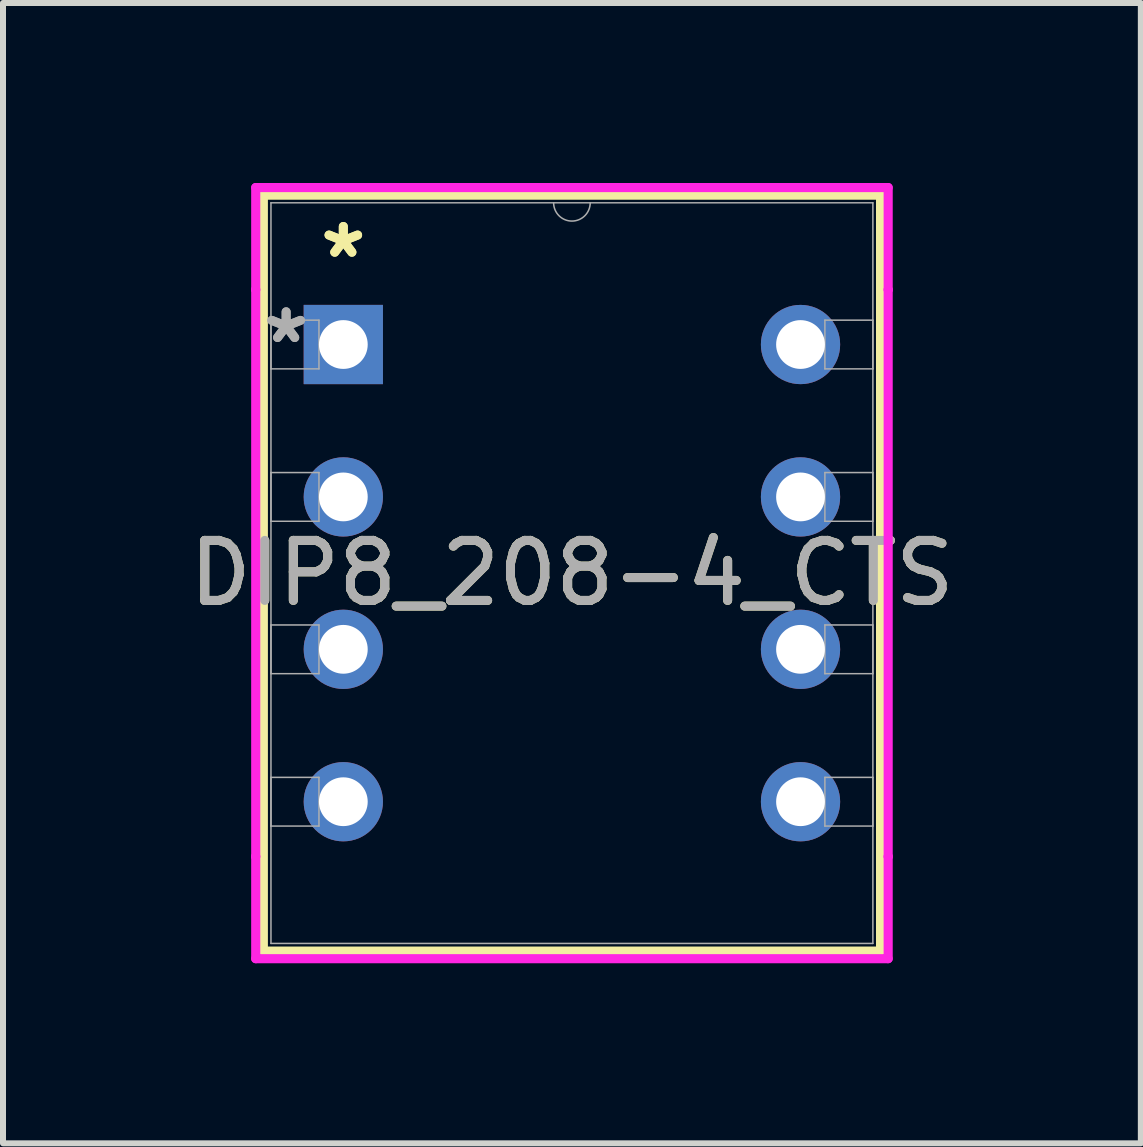
<source format=kicad_pcb>
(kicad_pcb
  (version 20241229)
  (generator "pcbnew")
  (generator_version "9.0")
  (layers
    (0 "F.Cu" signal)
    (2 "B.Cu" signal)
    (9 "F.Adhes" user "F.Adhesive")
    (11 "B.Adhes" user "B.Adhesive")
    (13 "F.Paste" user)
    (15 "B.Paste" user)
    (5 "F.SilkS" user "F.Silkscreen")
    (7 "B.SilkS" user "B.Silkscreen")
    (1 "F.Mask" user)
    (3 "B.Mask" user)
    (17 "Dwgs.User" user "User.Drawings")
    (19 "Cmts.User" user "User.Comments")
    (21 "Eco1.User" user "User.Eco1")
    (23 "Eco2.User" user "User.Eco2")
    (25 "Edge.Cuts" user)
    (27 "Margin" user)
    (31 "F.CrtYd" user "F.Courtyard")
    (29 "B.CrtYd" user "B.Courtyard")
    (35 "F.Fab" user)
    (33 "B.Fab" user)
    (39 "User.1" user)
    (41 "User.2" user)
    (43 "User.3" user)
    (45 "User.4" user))
  (footprint "DIP8_208-4_CTS"
    (layer "F.Cu")
    (at 2.672 2.692)
    (property "Reference" "DIP8_208-4_CTS" (at 3.81 3.81 0) (unlocked yes) (layer "F.SilkS") (effects (font (size 1 1) (thickness 0.15))))
    (attr through_hole)
    (fp_line (start -1.333 -2.489) (end -1.333 10.109) (stroke (width 0.152) (type solid)) (layer "F.SilkS"))
    (fp_line (start -1.333 10.109) (end 8.954 10.109) (stroke (width 0.152) (type solid)) (layer "F.SilkS"))
    (fp_line (start 8.954 -2.489) (end -1.333 -2.489) (stroke (width 0.152) (type solid)) (layer "F.SilkS"))
    (fp_line (start 8.954 10.109) (end 8.954 -2.489) (stroke (width 0.152) (type solid)) (layer "F.SilkS"))
    (fp_line (start -1.46 -2.616) (end 9.081 -2.616) (stroke (width 0.152) (type solid)) (layer "F.CrtYd"))
    (fp_line (start -1.46 -0.914) (end -1.46 -2.616) (stroke (width 0.152) (type solid)) (layer "F.CrtYd"))
    (fp_line (start -1.46 -0.914) (end -1.46 -0.914) (stroke (width 0.152) (type solid)) (layer "F.CrtYd"))
    (fp_line (start -1.46 8.534) (end -1.46 -0.914) (stroke (width 0.152) (type solid)) (layer "F.CrtYd"))
    (fp_line (start -1.46 8.534) (end -1.46 8.534) (stroke (width 0.152) (type solid)) (layer "F.CrtYd"))
    (fp_line (start -1.46 10.236) (end -1.46 8.534) (stroke (width 0.152) (type solid)) (layer "F.CrtYd"))
    (fp_line (start 9.081 -2.616) (end 9.081 -0.914) (stroke (width 0.152) (type solid)) (layer "F.CrtYd"))
    (fp_line (start 9.081 -0.914) (end 9.081 -0.914) (stroke (width 0.152) (type solid)) (layer "F.CrtYd"))
    (fp_line (start 9.081 -0.914) (end 9.081 8.534) (stroke (width 0.152) (type solid)) (layer "F.CrtYd"))
    (fp_line (start 9.081 8.534) (end 9.081 8.534) (stroke (width 0.152) (type solid)) (layer "F.CrtYd"))
    (fp_line (start 9.081 8.534) (end 9.081 10.236) (stroke (width 0.152) (type solid)) (layer "F.CrtYd"))
    (fp_line (start 9.081 10.236) (end -1.46 10.236) (stroke (width 0.152) (type solid)) (layer "F.CrtYd"))
    (fp_line (start -1.206 -2.362) (end -1.206 9.982) (stroke (width 0.025) (type solid)) (layer "F.Fab"))
    (fp_line (start -1.206 -0.406) (end -0.406 -0.406) (stroke (width 0.025) (type solid)) (layer "F.Fab"))
    (fp_line (start -1.206 0.406) (end -1.206 -0.406) (stroke (width 0.025) (type solid)) (layer "F.Fab"))
    (fp_line (start -1.206 2.134) (end -0.406 2.134) (stroke (width 0.025) (type solid)) (layer "F.Fab"))
    (fp_line (start -1.206 2.946) (end -1.206 2.134) (stroke (width 0.025) (type solid)) (layer "F.Fab"))
    (fp_line (start -1.206 4.674) (end -0.406 4.674) (stroke (width 0.025) (type solid)) (layer "F.Fab"))
    (fp_line (start -1.206 5.486) (end -1.206 4.674) (stroke (width 0.025) (type solid)) (layer "F.Fab"))
    (fp_line (start -1.206 7.214) (end -0.406 7.214) (stroke (width 0.025) (type solid)) (layer "F.Fab"))
    (fp_line (start -1.206 8.026) (end -1.206 7.214) (stroke (width 0.025) (type solid)) (layer "F.Fab"))
    (fp_line (start -1.206 9.982) (end 8.826 9.982) (stroke (width 0.025) (type solid)) (layer "F.Fab"))
    (fp_line (start -0.406 -0.406) (end -0.406 0.406) (stroke (width 0.025) (type solid)) (layer "F.Fab"))
    (fp_line (start -0.406 0.406) (end -1.206 0.406) (stroke (width 0.025) (type solid)) (layer "F.Fab"))
    (fp_line (start -0.406 2.134) (end -0.406 2.946) (stroke (width 0.025) (type solid)) (layer "F.Fab"))
    (fp_line (start -0.406 2.946) (end -1.206 2.946) (stroke (width 0.025) (type solid)) (layer "F.Fab"))
    (fp_line (start -0.406 4.674) (end -0.406 5.486) (stroke (width 0.025) (type solid)) (layer "F.Fab"))
    (fp_line (start -0.406 5.486) (end -1.206 5.486) (stroke (width 0.025) (type solid)) (layer "F.Fab"))
    (fp_line (start -0.406 7.214) (end -0.406 8.026) (stroke (width 0.025) (type solid)) (layer "F.Fab"))
    (fp_line (start -0.406 8.026) (end -1.206 8.026) (stroke (width 0.025) (type solid)) (layer "F.Fab"))
    (fp_line (start 8.026 -0.406) (end 8.826 -0.406) (stroke (width 0.025) (type solid)) (layer "F.Fab"))
    (fp_line (start 8.026 0.406) (end 8.026 -0.406) (stroke (width 0.025) (type solid)) (layer "F.Fab"))
    (fp_line (start 8.026 2.134) (end 8.826 2.134) (stroke (width 0.025) (type solid)) (layer "F.Fab"))
    (fp_line (start 8.026 2.946) (end 8.026 2.134) (stroke (width 0.025) (type solid)) (layer "F.Fab"))
    (fp_line (start 8.026 4.674) (end 8.826 4.674) (stroke (width 0.025) (type solid)) (layer "F.Fab"))
    (fp_line (start 8.026 5.486) (end 8.026 4.674) (stroke (width 0.025) (type solid)) (layer "F.Fab"))
    (fp_line (start 8.026 7.214) (end 8.826 7.214) (stroke (width 0.025) (type solid)) (layer "F.Fab"))
    (fp_line (start 8.026 8.026) (end 8.026 7.214) (stroke (width 0.025) (type solid)) (layer "F.Fab"))
    (fp_line (start 8.826 -2.362) (end -1.206 -2.362) (stroke (width 0.025) (type solid)) (layer "F.Fab"))
    (fp_line (start 8.826 -0.406) (end 8.826 0.406) (stroke (width 0.025) (type solid)) (layer "F.Fab"))
    (fp_line (start 8.826 0.406) (end 8.026 0.406) (stroke (width 0.025) (type solid)) (layer "F.Fab"))
    (fp_line (start 8.826 2.134) (end 8.826 2.946) (stroke (width 0.025) (type solid)) (layer "F.Fab"))
    (fp_line (start 8.826 2.946) (end 8.026 2.946) (stroke (width 0.025) (type solid)) (layer "F.Fab"))
    (fp_line (start 8.826 4.674) (end 8.826 5.486) (stroke (width 0.025) (type solid)) (layer "F.Fab"))
    (fp_line (start 8.826 5.486) (end 8.026 5.486) (stroke (width 0.025) (type solid)) (layer "F.Fab"))
    (fp_line (start 8.826 7.214) (end 8.826 8.026) (stroke (width 0.025) (type solid)) (layer "F.Fab"))
    (fp_line (start 8.826 8.026) (end 8.026 8.026) (stroke (width 0.025) (type solid)) (layer "F.Fab"))
    (fp_line (start 8.826 9.982) (end 8.826 -2.362) (stroke (width 0.025) (type solid)) (layer "F.Fab"))
    (fp_arc (start 4.1148 -2.3622) (mid 3.81 -2.0574) (end 3.5052 -2.3622) (stroke (width 0.0254) (type solid)) (layer "F.Fab"))
    (fp_text user "*" (at 0 -1.422 0) (layer "F.SilkS") (effects (font (size 1 1) (thickness 0.15))))
    (fp_text user "*" (at 0 -1.422 0) (unlocked yes) (layer "F.SilkS") (effects (font (size 1 1) (thickness 0.15))))
    (fp_text user "${REFERENCE}" (at 3.81 3.81 0) (unlocked yes) (layer "F.Fab") (effects (font (size 1 1) (thickness 0.15))))
    (fp_text user "*" (at -0.953 0 0) (layer "F.Fab") (effects (font (size 1 1) (thickness 0.15))))
    (fp_text user "*" (at -0.953 0 0) (unlocked yes) (layer "F.Fab") (effects (font (size 1 1) (thickness 0.15))))
    (pad "1" thru_hole rect (at 0 0) (size 1.321 1.321) (drill 0.813) (layers "*.Cu" "*.Mask"))
    (pad "2" thru_hole circle (at 0 2.54) (size 1.321 1.321) (drill 0.813) (layers "*.Cu" "*.Mask"))
    (pad "3" thru_hole circle (at 0 5.08) (size 1.321 1.321) (drill 0.813) (layers "*.Cu" "*.Mask"))
    (pad "4" thru_hole circle (at 0 7.62) (size 1.321 1.321) (drill 0.813) (layers "*.Cu" "*.Mask"))
    (pad "5" thru_hole circle (at 7.62 0) (size 1.321 1.321) (drill 0.813) (layers "*.Cu" "*.Mask"))
    (pad "6" thru_hole circle (at 7.62 2.54) (size 1.321 1.321) (drill 0.813) (layers "*.Cu" "*.Mask"))
    (pad "7" thru_hole circle (at 7.62 5.08) (size 1.321 1.321) (drill 0.813) (layers "*.Cu" "*.Mask"))
    (pad "8" thru_hole circle (at 7.62 7.62) (size 1.321 1.321) (drill 0.813) (layers "*.Cu" "*.Mask")))
  (gr_rect
    (start -3 -3)
    (end 15.964 16.005)
    (stroke (width 0.1) (type default))
    (fill no)
    (layer "Edge.Cuts")))
</source>
